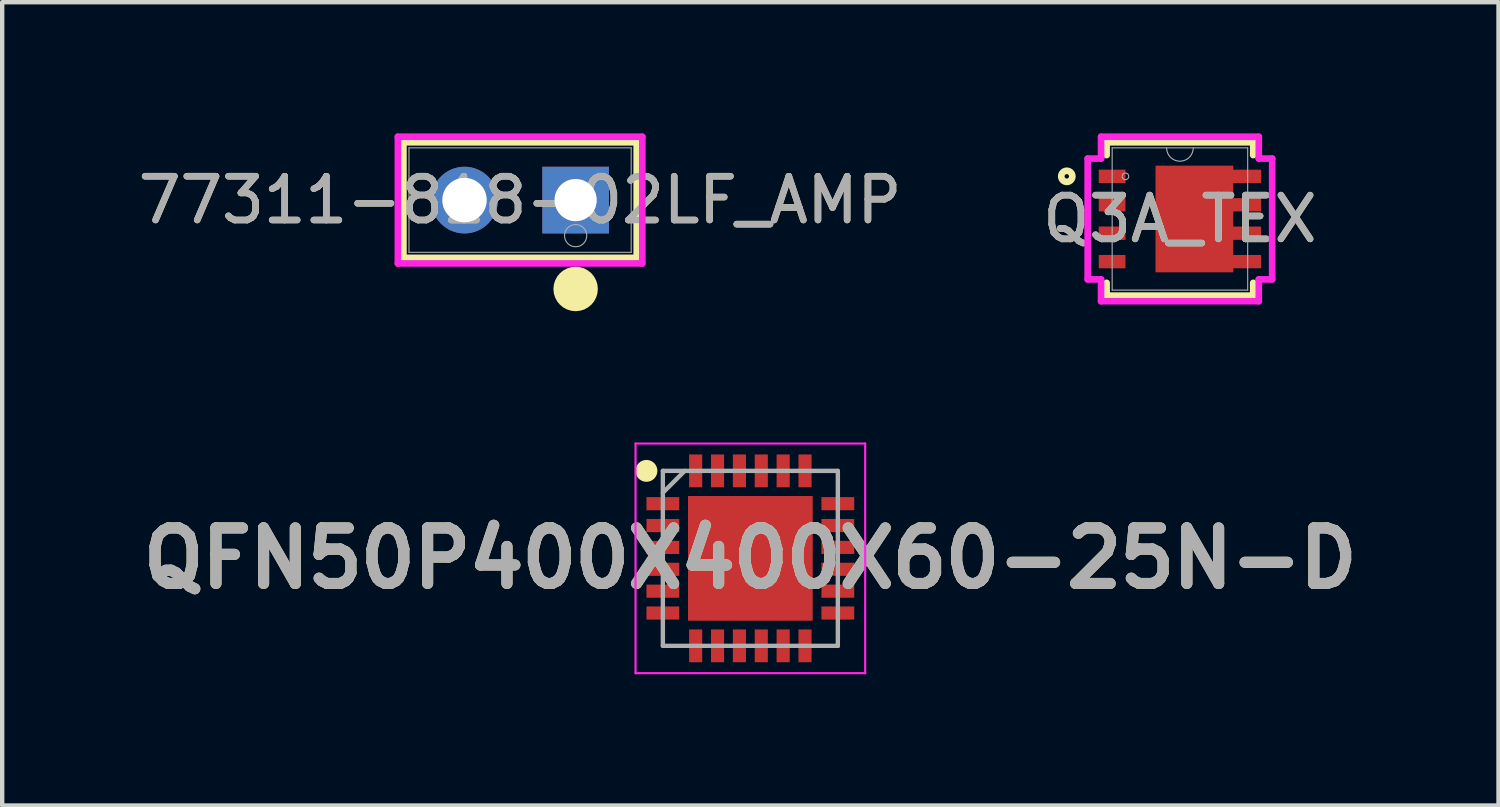
<source format=kicad_pcb>
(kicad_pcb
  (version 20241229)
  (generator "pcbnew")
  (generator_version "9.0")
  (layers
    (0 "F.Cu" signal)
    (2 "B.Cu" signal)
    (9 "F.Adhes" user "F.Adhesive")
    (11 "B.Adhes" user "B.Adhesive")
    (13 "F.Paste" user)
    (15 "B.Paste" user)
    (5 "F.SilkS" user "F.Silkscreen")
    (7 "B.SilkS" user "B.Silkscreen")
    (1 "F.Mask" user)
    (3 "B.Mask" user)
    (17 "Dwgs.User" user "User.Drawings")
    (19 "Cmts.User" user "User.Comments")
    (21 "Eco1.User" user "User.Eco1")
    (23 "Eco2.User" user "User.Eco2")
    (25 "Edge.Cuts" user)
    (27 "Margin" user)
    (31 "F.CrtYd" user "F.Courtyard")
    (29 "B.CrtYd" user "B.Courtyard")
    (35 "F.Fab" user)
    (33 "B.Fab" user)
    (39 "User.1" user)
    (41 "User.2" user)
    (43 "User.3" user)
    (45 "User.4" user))
  (footprint "Q3A_TEX"
    (layer "F.Cu")
    (at 23.923 1.956)
    (property "Reference" "Q3A_TEX" (at 0 0 0) (unlocked yes) (layer "F.SilkS") (effects (font (size 1 1) (thickness 0.15))))
    (attr smd)
    (fp_poly (pts (xy -0.558 -1.219) (xy 1.22 -1.219) (xy 1.22 -1.127) (xy 1.855 -1.127) (xy 1.855 -0.823) (xy 1.22 -0.823) (xy 1.22 -0.477) (xy 1.855 -0.477) (xy 1.855 -0.173) (xy 1.22 -0.173) (xy 1.22 0.173) (xy 1.855 0.173) (xy 1.855 0.477) (xy 1.22 0.477) (xy 1.22 0.823) (xy 1.855 0.823) (xy 1.855 1.127) (xy 1.22 1.127) (xy 1.22 1.219) (xy -0.558 1.219)) (stroke (width 0) (type solid)) (fill yes) (layer "F.Cu"))
    (fp_poly (pts (xy -0.558 -1.219) (xy 1.22 -1.219) (xy 1.22 -1.127) (xy 1.855 -1.127) (xy 1.855 -0.823) (xy 1.22 -0.823) (xy 1.22 -0.477) (xy 1.855 -0.477) (xy 1.855 -0.173) (xy 1.22 -0.173) (xy 1.22 0.173) (xy 1.855 0.173) (xy 1.855 0.477) (xy 1.22 0.477) (xy 1.22 0.823) (xy 1.855 0.823) (xy 1.855 1.127) (xy 1.22 1.127) (xy 1.22 1.219) (xy -0.558 1.219)) (stroke (width 0) (type solid)) (fill yes) (layer "F.Mask"))
    (fp_line (start -1.676 -1.753) (end -1.676 -1.46) (stroke (width 0.152) (type solid)) (layer "F.SilkS"))
    (fp_line (start -1.676 1.46) (end -1.676 1.753) (stroke (width 0.152) (type solid)) (layer "F.SilkS"))
    (fp_line (start -1.676 1.753) (end 1.676 1.753) (stroke (width 0.152) (type solid)) (layer "F.SilkS"))
    (fp_line (start 1.676 -1.753) (end -1.676 -1.753) (stroke (width 0.152) (type solid)) (layer "F.SilkS"))
    (fp_line (start 1.676 -1.46) (end 1.676 -1.753) (stroke (width 0.152) (type solid)) (layer "F.SilkS"))
    (fp_line (start 1.676 1.753) (end 1.676 1.46) (stroke (width 0.152) (type solid)) (layer "F.SilkS"))
    (fp_circle (center -2.586 -0.975) (end -2.459 -0.975) (stroke (width 0.152) (type solid)) (fill no) (layer "F.SilkS"))
    (fp_poly (pts (xy -0.558 -1.219) (xy 1.22 -1.219) (xy 1.22 -1.127) (xy 1.855 -1.127) (xy 1.855 -0.823) (xy 1.22 -0.823) (xy 1.22 -0.477) (xy 1.855 -0.477) (xy 1.855 -0.173) (xy 1.22 -0.173) (xy 1.22 0.173) (xy 1.855 0.173) (xy 1.855 0.477) (xy 1.22 0.477) (xy 1.22 0.823) (xy 1.855 0.823) (xy 1.855 1.127) (xy 1.22 1.127) (xy 1.22 1.219) (xy -0.558 1.219)) (stroke (width 0) (type solid)) (fill yes) (layer "F.Paste"))
    (fp_line (start -2.109 -1.381) (end -1.803 -1.381) (stroke (width 0.152) (type solid)) (layer "F.CrtYd"))
    (fp_line (start -2.109 1.381) (end -2.109 -1.381) (stroke (width 0.152) (type solid)) (layer "F.CrtYd"))
    (fp_line (start -2.109 1.381) (end -1.803 1.381) (stroke (width 0.152) (type solid)) (layer "F.CrtYd"))
    (fp_line (start -1.803 -1.88) (end 1.803 -1.88) (stroke (width 0.152) (type solid)) (layer "F.CrtYd"))
    (fp_line (start -1.803 -1.381) (end -1.803 -1.88) (stroke (width 0.152) (type solid)) (layer "F.CrtYd"))
    (fp_line (start -1.803 1.88) (end -1.803 1.381) (stroke (width 0.152) (type solid)) (layer "F.CrtYd"))
    (fp_line (start 1.803 -1.88) (end 1.803 -1.381) (stroke (width 0.152) (type solid)) (layer "F.CrtYd"))
    (fp_line (start 1.803 1.381) (end 1.803 1.88) (stroke (width 0.152) (type solid)) (layer "F.CrtYd"))
    (fp_line (start 1.803 1.88) (end -1.803 1.88) (stroke (width 0.152) (type solid)) (layer "F.CrtYd"))
    (fp_line (start 2.109 -1.381) (end 1.803 -1.381) (stroke (width 0.152) (type solid)) (layer "F.CrtYd"))
    (fp_line (start 2.109 -1.381) (end 2.109 1.381) (stroke (width 0.152) (type solid)) (layer "F.CrtYd"))
    (fp_line (start 2.109 1.381) (end 1.803 1.381) (stroke (width 0.152) (type solid)) (layer "F.CrtYd"))
    (fp_line (start -1.549 -1.626) (end -1.549 1.626) (stroke (width 0.025) (type solid)) (layer "F.Fab"))
    (fp_line (start -1.549 1.626) (end 1.549 1.626) (stroke (width 0.025) (type solid)) (layer "F.Fab"))
    (fp_line (start 1.549 -1.626) (end -1.549 -1.626) (stroke (width 0.025) (type solid)) (layer "F.Fab"))
    (fp_line (start 1.549 1.626) (end 1.549 -1.626) (stroke (width 0.025) (type solid)) (layer "F.Fab"))
    (fp_arc (start 0.3048 -1.6256) (mid 0 -1.3208) (end -0.3048 -1.6256) (stroke (width 0.0254) (type solid)) (layer "F.Fab"))
    (fp_circle (center -1.245 -0.975) (end -1.169 -0.975) (stroke (width 0.025) (type solid)) (fill no) (layer "F.Fab"))
    (fp_text user "${REFERENCE}" (at 0 0 0) (unlocked yes) (layer "F.Fab") (effects (font (size 1 1) (thickness 0.15))))
    (pad "1" smd rect (at -1.55 -0.975) (size 0.61 0.305) (layers "F.Cu" "F.Mask" "F.Paste"))
    (pad "2" smd rect (at -1.55 -0.325) (size 0.61 0.305) (layers "F.Cu" "F.Mask" "F.Paste"))
    (pad "3" smd rect (at -1.55 0.325) (size 0.61 0.305) (layers "F.Cu" "F.Mask" "F.Paste"))
    (pad "4" smd rect (at -1.55 0.975) (size 0.61 0.305) (layers "F.Cu" "F.Mask" "F.Paste"))
    (pad "5" smd rect (at 1.55 0.975) (size 0.127 0.127) (layers "F.Cu" "F.Mask" "F.Paste"))
    (pad "6" smd rect (at 1.55 0.325) (size 0.127 0.127) (layers "F.Cu" "F.Mask" "F.Paste"))
    (pad "7" smd rect (at 1.55 -0.325) (size 0.127 0.127) (layers "F.Cu" "F.Mask" "F.Paste"))
    (pad "8" smd rect (at 1.55 -0.975) (size 0.127 0.127) (layers "F.Cu" "F.Mask" "F.Paste"))
    (pad "9" smd rect (at 0.331 0) (size 0.127 0.127) (layers "F.Cu" "F.Mask" "F.Paste")))
  (footprint "QFN50P400X400X60-25N-D"
    (layer "F.Cu")
    (at 14.103 9.714)
    (property "Reference" "QFN50P400X400X60-25N-D" (at 0 0 0) (layer "F.SilkS") (effects (font (size 1.27 1.27) (thickness 0.254))))
    (attr smd)
    (fp_circle (center -2.375 -2) (end -2.375 -1.875) (stroke (width 0.25) (type solid)) (fill no) (layer "F.SilkS"))
    (fp_line (start -2.625 -2.625) (end 2.625 -2.625) (stroke (width 0.05) (type solid)) (layer "F.CrtYd"))
    (fp_line (start -2.625 2.625) (end -2.625 -2.625) (stroke (width 0.05) (type solid)) (layer "F.CrtYd"))
    (fp_line (start 2.625 -2.625) (end 2.625 2.625) (stroke (width 0.05) (type solid)) (layer "F.CrtYd"))
    (fp_line (start 2.625 2.625) (end -2.625 2.625) (stroke (width 0.05) (type solid)) (layer "F.CrtYd"))
    (fp_line (start -2 -2) (end 2 -2) (stroke (width 0.1) (type solid)) (layer "F.Fab"))
    (fp_line (start -2 -1.5) (end -1.5 -2) (stroke (width 0.1) (type solid)) (layer "F.Fab"))
    (fp_line (start -2 2) (end -2 -2) (stroke (width 0.1) (type solid)) (layer "F.Fab"))
    (fp_line (start 2 -2) (end 2 2) (stroke (width 0.1) (type solid)) (layer "F.Fab"))
    (fp_line (start 2 2) (end -2 2) (stroke (width 0.1) (type solid)) (layer "F.Fab"))
    (fp_text user "${REFERENCE}" (at 0 0 0) (layer "F.Fab") (effects (font (size 1.27 1.27) (thickness 0.254))))
    (pad "1" smd rect (at -2 -1.25 90) (size 0.3 0.75) (layers "F.Cu" "F.Mask" "F.Paste"))
    (pad "2" smd rect (at -2 -0.75 90) (size 0.3 0.75) (layers "F.Cu" "F.Mask" "F.Paste"))
    (pad "3" smd rect (at -2 -0.25 90) (size 0.3 0.75) (layers "F.Cu" "F.Mask" "F.Paste"))
    (pad "4" smd rect (at -2 0.25 90) (size 0.3 0.75) (layers "F.Cu" "F.Mask" "F.Paste"))
    (pad "5" smd rect (at -2 0.75 90) (size 0.3 0.75) (layers "F.Cu" "F.Mask" "F.Paste"))
    (pad "6" smd rect (at -2 1.25 90) (size 0.3 0.75) (layers "F.Cu" "F.Mask" "F.Paste"))
    (pad "7" smd rect (at -1.25 2) (size 0.3 0.75) (layers "F.Cu" "F.Mask" "F.Paste"))
    (pad "8" smd rect (at -0.75 2) (size 0.3 0.75) (layers "F.Cu" "F.Mask" "F.Paste"))
    (pad "9" smd rect (at -0.25 2) (size 0.3 0.75) (layers "F.Cu" "F.Mask" "F.Paste"))
    (pad "10" smd rect (at 0.25 2) (size 0.3 0.75) (layers "F.Cu" "F.Mask" "F.Paste"))
    (pad "11" smd rect (at 0.75 2) (size 0.3 0.75) (layers "F.Cu" "F.Mask" "F.Paste"))
    (pad "12" smd rect (at 1.25 2) (size 0.3 0.75) (layers "F.Cu" "F.Mask" "F.Paste"))
    (pad "13" smd rect (at 2 1.25 90) (size 0.3 0.75) (layers "F.Cu" "F.Mask" "F.Paste"))
    (pad "14" smd rect (at 2 0.75 90) (size 0.3 0.75) (layers "F.Cu" "F.Mask" "F.Paste"))
    (pad "15" smd rect (at 2 0.25 90) (size 0.3 0.75) (layers "F.Cu" "F.Mask" "F.Paste"))
    (pad "16" smd rect (at 2 -0.25 90) (size 0.3 0.75) (layers "F.Cu" "F.Mask" "F.Paste"))
    (pad "17" smd rect (at 2 -0.75 90) (size 0.3 0.75) (layers "F.Cu" "F.Mask" "F.Paste"))
    (pad "18" smd rect (at 2 -1.25 90) (size 0.3 0.75) (layers "F.Cu" "F.Mask" "F.Paste"))
    (pad "19" smd rect (at 1.25 -2) (size 0.3 0.75) (layers "F.Cu" "F.Mask" "F.Paste"))
    (pad "20" smd rect (at 0.75 -2) (size 0.3 0.75) (layers "F.Cu" "F.Mask" "F.Paste"))
    (pad "21" smd rect (at 0.25 -2) (size 0.3 0.75) (layers "F.Cu" "F.Mask" "F.Paste"))
    (pad "22" smd rect (at -0.25 -2) (size 0.3 0.75) (layers "F.Cu" "F.Mask" "F.Paste"))
    (pad "23" smd rect (at -0.75 -2) (size 0.3 0.75) (layers "F.Cu" "F.Mask" "F.Paste"))
    (pad "24" smd rect (at -1.25 -2) (size 0.3 0.75) (layers "F.Cu" "F.Mask" "F.Paste"))
    (pad "25" smd rect (at 0 0) (size 2.85 2.85) (layers "F.Cu" "F.Mask" "F.Paste")))
  (footprint "77311-818-02LF_AMP"
    (layer "F.Cu")
    (at 10.109 1.524)
    (property "Reference" "77311-818-02LF_AMP" (at -1.27 0 0) (unlocked yes) (layer "F.SilkS") (effects (font (size 1 1) (thickness 0.15))))
    (attr through_hole)
    (fp_line (start -3.937 -1.321) (end -3.937 1.321) (stroke (width 0.152) (type solid)) (layer "F.SilkS"))
    (fp_line (start -3.937 1.321) (end 1.397 1.321) (stroke (width 0.152) (type solid)) (layer "F.SilkS"))
    (fp_line (start 1.397 -1.321) (end -3.937 -1.321) (stroke (width 0.152) (type solid)) (layer "F.SilkS"))
    (fp_line (start 1.397 1.321) (end 1.397 -1.321) (stroke (width 0.152) (type solid)) (layer "F.SilkS"))
    (fp_circle (center 0 2.032) (end 0.254 2.032) (stroke (width 0.508) (type solid)) (fill no) (layer "F.SilkS"))
    (fp_line (start -4.064 -1.448) (end -4.064 1.448) (stroke (width 0.152) (type solid)) (layer "F.CrtYd"))
    (fp_line (start -4.064 1.448) (end 1.524 1.448) (stroke (width 0.152) (type solid)) (layer "F.CrtYd"))
    (fp_line (start 1.524 -1.448) (end -4.064 -1.448) (stroke (width 0.152) (type solid)) (layer "F.CrtYd"))
    (fp_line (start 1.524 1.448) (end 1.524 -1.448) (stroke (width 0.152) (type solid)) (layer "F.CrtYd"))
    (fp_line (start -3.81 -1.194) (end -3.81 1.194) (stroke (width 0.025) (type solid)) (layer "F.Fab"))
    (fp_line (start -3.81 1.194) (end 1.27 1.194) (stroke (width 0.025) (type solid)) (layer "F.Fab"))
    (fp_line (start 1.27 -1.194) (end -3.81 -1.194) (stroke (width 0.025) (type solid)) (layer "F.Fab"))
    (fp_line (start 1.27 1.194) (end 1.27 -1.194) (stroke (width 0.025) (type solid)) (layer "F.Fab"))
    (fp_circle (center 0 0.813) (end 0.254 0.813) (stroke (width 0.025) (type solid)) (fill no) (layer "F.Fab"))
    (fp_text user "${REFERENCE}" (at -1.27 0 0) (unlocked yes) (layer "F.Fab") (effects (font (size 1 1) (thickness 0.15))))
    (pad "1" thru_hole rect (at 0 0) (size 1.524 1.524) (drill 0.965) (layers "*.Cu" "*.Mask"))
    (pad "2" thru_hole circle (at -2.54 0) (size 1.524 1.524) (drill 1.016) (layers "*.Cu" "*.Mask")))
  (gr_rect
    (start -3 -3)
    (end 31.206 15.364)
    (stroke (width 0.1) (type default))
    (fill no)
    (layer "Edge.Cuts")))
</source>
